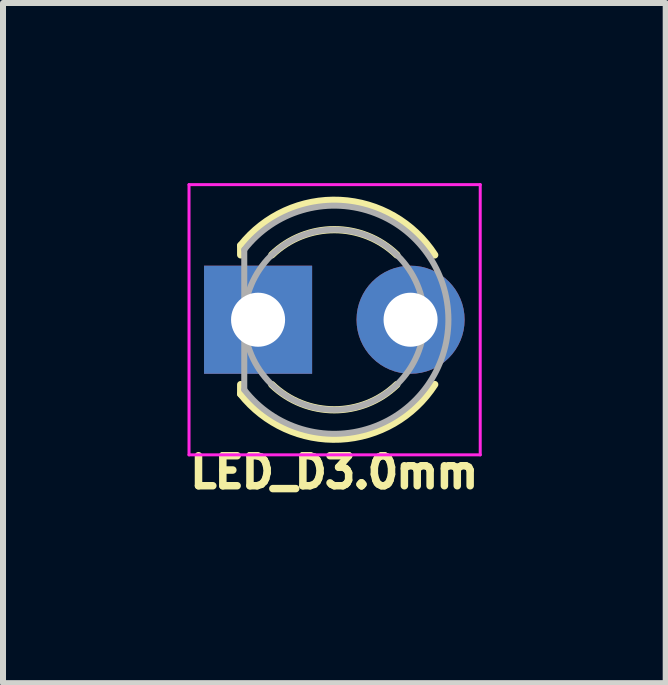
<source format=kicad_pcb>
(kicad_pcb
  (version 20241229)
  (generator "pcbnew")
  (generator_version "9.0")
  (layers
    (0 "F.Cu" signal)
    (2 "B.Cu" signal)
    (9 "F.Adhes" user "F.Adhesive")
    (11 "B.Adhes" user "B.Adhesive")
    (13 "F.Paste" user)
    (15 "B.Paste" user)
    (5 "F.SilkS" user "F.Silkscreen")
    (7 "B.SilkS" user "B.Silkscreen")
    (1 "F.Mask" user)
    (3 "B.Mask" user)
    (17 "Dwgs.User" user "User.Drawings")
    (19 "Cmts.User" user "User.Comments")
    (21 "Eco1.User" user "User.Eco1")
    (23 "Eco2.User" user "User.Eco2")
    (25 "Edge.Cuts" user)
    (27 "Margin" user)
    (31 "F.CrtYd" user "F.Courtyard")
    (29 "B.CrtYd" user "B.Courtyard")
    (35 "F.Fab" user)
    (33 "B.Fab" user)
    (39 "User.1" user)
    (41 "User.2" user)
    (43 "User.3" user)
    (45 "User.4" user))
  (footprint "LED_D3.0mm"
    (layer "F.Cu")
    (at 1.248 2.275)
    (property "Reference" "LED_D3.0mm" (at 1.27 2.54 0) (layer "F.SilkS") (effects (font (size 0.5 0.5) (thickness 0.125))))
    (attr through_hole)
    (fp_line (start -0.29 -1.236) (end -0.29 -1.08) (stroke (width 0.12) (type solid)) (layer "F.SilkS"))
    (fp_line (start -0.29 1.08) (end -0.29 1.236) (stroke (width 0.12) (type solid)) (layer "F.SilkS"))
    (fp_arc (start -0.29 -1.235516) (mid 1.366487 -1.987659) (end 2.942335 -1.078608) (stroke (width 0.12) (type solid)) (layer "F.SilkS"))
    (fp_arc (start 0.229039 -1.08) (mid 1.270117 -1.5) (end 2.31113 -1.079837) (stroke (width 0.12) (type solid)) (layer "F.SilkS"))
    (fp_arc (start 2.31113 1.079837) (mid 1.270117 1.5) (end 0.229039 1.08) (stroke (width 0.12) (type solid)) (layer "F.SilkS"))
    (fp_arc (start 2.942335 1.078608) (mid 1.366487 1.987659) (end -0.29 1.235516) (stroke (width 0.12) (type solid)) (layer "F.SilkS"))
    (fp_line (start -1.15 -2.25) (end -1.15 2.25) (stroke (width 0.05) (type solid)) (layer "F.CrtYd"))
    (fp_line (start -1.15 2.25) (end 3.7 2.25) (stroke (width 0.05) (type solid)) (layer "F.CrtYd"))
    (fp_line (start 3.7 -2.25) (end -1.15 -2.25) (stroke (width 0.05) (type solid)) (layer "F.CrtYd"))
    (fp_line (start 3.7 2.25) (end 3.7 -2.25) (stroke (width 0.05) (type solid)) (layer "F.CrtYd"))
    (fp_line (start -0.23 -1.166) (end -0.23 1.166) (stroke (width 0.1) (type solid)) (layer "F.Fab"))
    (fp_arc (start -0.23 -1.16619) (mid 3.17 0.000452) (end -0.230555 1.165476) (stroke (width 0.1) (type solid)) (layer "F.Fab"))
    (fp_circle (center 1.27 0) (end 2.77 0) (stroke (width 0.1) (type solid)) (fill no) (layer "F.Fab"))
    (pad "1" thru_hole rect (at 0 0) (size 1.8 1.8) (drill 0.9) (layers "*.Cu" "*.Mask"))
    (pad "2" thru_hole circle (at 2.54 0) (size 1.8 1.8) (drill 0.9) (layers "*.Cu" "*.Mask")))
  (gr_rect
    (start -3 -3)
    (end 8.037 8.327)
    (stroke (width 0.1) (type default))
    (fill no)
    (layer "Edge.Cuts")))
</source>
